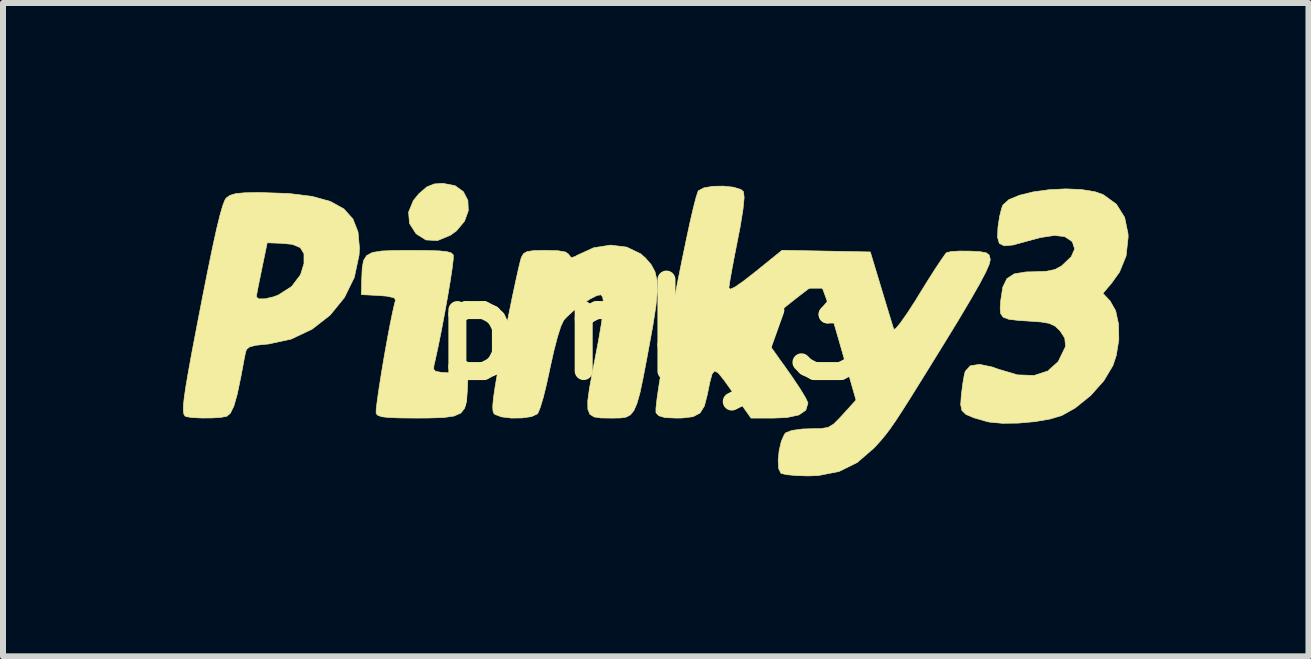
<source format=kicad_pcb>
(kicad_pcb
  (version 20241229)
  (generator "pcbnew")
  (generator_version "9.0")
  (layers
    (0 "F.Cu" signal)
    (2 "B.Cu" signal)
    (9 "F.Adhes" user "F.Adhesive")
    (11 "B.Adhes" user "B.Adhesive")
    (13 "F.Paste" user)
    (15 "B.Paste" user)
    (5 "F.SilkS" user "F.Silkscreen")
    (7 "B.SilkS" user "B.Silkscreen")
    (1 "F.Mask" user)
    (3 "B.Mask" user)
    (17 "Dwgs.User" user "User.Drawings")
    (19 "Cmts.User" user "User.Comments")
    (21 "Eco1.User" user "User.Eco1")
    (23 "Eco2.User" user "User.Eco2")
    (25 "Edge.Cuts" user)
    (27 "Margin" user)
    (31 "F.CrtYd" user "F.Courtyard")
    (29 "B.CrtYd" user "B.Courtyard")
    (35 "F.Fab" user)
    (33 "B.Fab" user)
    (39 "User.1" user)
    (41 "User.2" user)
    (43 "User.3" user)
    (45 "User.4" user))
  (footprint "pinky3"
    (layer "F.Cu")
    (at 7.873 2.443)
    (property "Reference" "pinky3" (at 0 0 0) (layer "F.SilkS") (effects (font (size 1.524 1.524) (thickness 0.3))))
    (attr through_hole)
    (fp_poly (pts (xy -3.342 -2.4) (xy -3.202 -2.299) (xy -3.127 -2.154) (xy -3.12 -1.983) (xy -3.183 -1.807) (xy -3.319 -1.645) (xy -3.419 -1.573) (xy -3.633 -1.485) (xy -3.826 -1.495) (xy -3.99 -1.598) (xy -4.1 -1.77) (xy -4.115 -1.959) (xy -4.035 -2.153) (xy -3.942 -2.266) (xy -3.812 -2.378) (xy -3.689 -2.428) (xy -3.544 -2.438) (xy -3.342 -2.4)) (stroke (width 0.01) (type solid)) (fill yes) (layer "F.SilkS"))
    (fp_poly (pts (xy -3.803 -1.319) (xy -3.606 -1.313) (xy -3.479 -1.3) (xy -3.407 -1.28) (xy -3.373 -1.249) (xy -3.37 -1.241) (xy -3.371 -1.172) (xy -3.389 -1.022) (xy -3.421 -0.81) (xy -3.464 -0.554) (xy -3.514 -0.274) (xy -3.568 0.012) (xy -3.623 0.285) (xy -3.676 0.527) (xy -3.692 0.594) (xy -3.698 0.657) (xy -3.667 0.693) (xy -3.575 0.711) (xy -3.421 0.721) (xy -3.124 0.737) (xy -3.136 1.011) (xy -3.149 1.184) (xy -3.18 1.307) (xy -3.244 1.389) (xy -3.357 1.439) (xy -3.532 1.464) (xy -3.786 1.472) (xy -3.972 1.473) (xy -4.248 1.471) (xy -4.439 1.464) (xy -4.56 1.451) (xy -4.627 1.428) (xy -4.656 1.396) (xy -4.656 1.395) (xy -4.655 1.328) (xy -4.637 1.181) (xy -4.607 0.974) (xy -4.568 0.726) (xy -4.523 0.457) (xy -4.475 0.188) (xy -4.428 -0.063) (xy -4.385 -0.275) (xy -4.35 -0.429) (xy -4.332 -0.493) (xy -4.358 -0.532) (xy -4.476 -0.558) (xy -4.606 -0.569) (xy -4.902 -0.584) (xy -4.896 -0.842) (xy -4.888 -1.022) (xy -4.866 -1.151) (xy -4.814 -1.235) (xy -4.717 -1.286) (xy -4.561 -1.311) (xy -4.329 -1.32) (xy -4.086 -1.321) (xy -3.803 -1.319)) (stroke (width 0.01) (type solid)) (fill yes) (layer "F.SilkS"))
    (fp_poly (pts (xy -6.591 -2.285) (xy -6.111 -2.269) (xy -5.722 -2.221) (xy -5.419 -2.137) (xy -5.194 -2.013) (xy -5.043 -1.845) (xy -4.958 -1.629) (xy -4.934 -1.362) (xy -4.94 -1.243) (xy -5.019 -0.872) (xy -5.184 -0.535) (xy -5.423 -0.242) (xy -5.723 -0.008) (xy -6.072 0.157) (xy -6.456 0.24) (xy -6.478 0.241) (xy -6.66 0.26) (xy -6.764 0.287) (xy -6.815 0.329) (xy -6.831 0.375) (xy -6.853 0.483) (xy -6.884 0.649) (xy -6.91 0.787) (xy -6.97 1.075) (xy -7.026 1.273) (xy -7.085 1.393) (xy -7.144 1.443) (xy -7.241 1.461) (xy -7.391 1.471) (xy -7.561 1.472) (xy -7.715 1.465) (xy -7.819 1.449) (xy -7.84 1.439) (xy -7.859 1.408) (xy -7.868 1.352) (xy -7.867 1.263) (xy -7.853 1.13) (xy -7.826 0.946) (xy -7.784 0.699) (xy -7.726 0.381) (xy -7.65 -0.018) (xy -7.561 -0.48) (xy -7.548 -0.546) (xy -6.652 -0.546) (xy -6.613 -0.513) (xy -6.508 -0.514) (xy -6.366 -0.547) (xy -6.285 -0.578) (xy -6.064 -0.719) (xy -5.915 -0.916) (xy -5.858 -1.102) (xy -5.858 -1.265) (xy -5.919 -1.367) (xy -6.054 -1.422) (xy -6.23 -1.439) (xy -6.471 -1.448) (xy -6.56 -1.016) (xy -6.601 -0.817) (xy -6.633 -0.657) (xy -6.65 -0.561) (xy -6.652 -0.546) (xy -7.548 -0.546) (xy -7.464 -0.97) (xy -7.382 -1.367) (xy -7.314 -1.678) (xy -7.257 -1.91) (xy -7.211 -2.07) (xy -7.173 -2.165) (xy -7.153 -2.194) (xy -7.09 -2.239) (xy -6.995 -2.267) (xy -6.847 -2.281) (xy -6.622 -2.285) (xy -6.591 -2.285)) (stroke (width 0.01) (type solid)) (fill yes) (layer "F.SilkS"))
    (fp_poly (pts (xy -0.482 -1.376) (xy -0.251 -1.266) (xy -0.172 -1.198) (xy -0.075 -1.087) (xy -0.01 -0.967) (xy 0.024 -0.824) (xy 0.029 -0.639) (xy 0.006 -0.397) (xy -0.043 -0.08) (xy -0.074 0.092) (xy -0.149 0.499) (xy -0.21 0.817) (xy -0.261 1.057) (xy -0.31 1.23) (xy -0.361 1.347) (xy -0.419 1.419) (xy -0.49 1.457) (xy -0.58 1.471) (xy -0.693 1.473) (xy -0.759 1.473) (xy -0.913 1.471) (xy -1.024 1.454) (xy -1.094 1.41) (xy -1.128 1.326) (xy -1.13 1.188) (xy -1.102 0.983) (xy -1.05 0.697) (xy -1.019 0.539) (xy -0.948 0.168) (xy -0.9 -0.114) (xy -0.874 -0.32) (xy -0.868 -0.459) (xy -0.881 -0.543) (xy -0.909 -0.581) (xy -0.976 -0.57) (xy -1.093 -0.51) (xy -1.235 -0.416) (xy -1.376 -0.308) (xy -1.491 -0.202) (xy -1.533 -0.152) (xy -1.579 -0.053) (xy -1.635 0.124) (xy -1.696 0.359) (xy -1.756 0.628) (xy -1.761 0.652) (xy -1.816 0.907) (xy -1.871 1.13) (xy -1.922 1.299) (xy -1.961 1.393) (xy -1.968 1.402) (xy -2.066 1.448) (xy -2.224 1.471) (xy -2.403 1.473) (xy -2.566 1.453) (xy -2.677 1.412) (xy -2.692 1.398) (xy -2.709 1.355) (xy -2.713 1.276) (xy -2.702 1.149) (xy -2.675 0.962) (xy -2.631 0.705) (xy -2.568 0.367) (xy -2.519 0.115) (xy -2.451 -0.228) (xy -2.387 -0.543) (xy -2.329 -0.814) (xy -2.282 -1.026) (xy -2.248 -1.164) (xy -2.235 -1.206) (xy -2.2 -1.267) (xy -2.14 -1.301) (xy -2.032 -1.317) (xy -1.85 -1.321) (xy -1.828 -1.321) (xy -1.623 -1.315) (xy -1.501 -1.294) (xy -1.446 -1.255) (xy -1.442 -1.247) (xy -1.407 -1.199) (xy -1.341 -1.219) (xy -1.303 -1.241) (xy -1.031 -1.365) (xy -0.75 -1.409) (xy -0.482 -1.376)) (stroke (width 0.01) (type solid)) (fill yes) (layer "F.SilkS"))
    (fp_poly (pts (xy 7.095 -2.335) (xy 7.323 -2.298) (xy 7.459 -2.25) (xy 7.678 -2.091) (xy 7.816 -1.871) (xy 7.873 -1.593) (xy 7.874 -1.54) (xy 7.84 -1.228) (xy 7.731 -0.961) (xy 7.596 -0.772) (xy 7.454 -0.605) (xy 7.574 -0.478) (xy 7.666 -0.316) (xy 7.714 -0.092) (xy 7.719 0.166) (xy 7.677 0.428) (xy 7.62 0.599) (xy 7.469 0.851) (xy 7.25 1.097) (xy 6.992 1.305) (xy 6.77 1.43) (xy 6.576 1.488) (xy 6.322 1.532) (xy 6.044 1.557) (xy 5.778 1.56) (xy 5.562 1.54) (xy 5.512 1.528) (xy 5.301 1.467) (xy 5.171 1.412) (xy 5.104 1.346) (xy 5.084 1.249) (xy 5.094 1.102) (xy 5.097 1.074) (xy 5.119 0.898) (xy 5.144 0.754) (xy 5.16 0.694) (xy 5.245 0.602) (xy 5.398 0.578) (xy 5.61 0.622) (xy 5.709 0.658) (xy 6.03 0.753) (xy 6.307 0.763) (xy 6.535 0.689) (xy 6.709 0.532) (xy 6.824 0.295) (xy 6.831 0.272) (xy 6.818 0.14) (xy 6.741 0.021) (xy 6.658 -0.059) (xy 6.561 -0.105) (xy 6.416 -0.129) (xy 6.294 -0.138) (xy 6.048 -0.154) (xy 5.886 -0.173) (xy 5.792 -0.208) (xy 5.75 -0.267) (xy 5.742 -0.362) (xy 5.751 -0.484) (xy 5.785 -0.707) (xy 5.854 -0.85) (xy 5.977 -0.93) (xy 6.171 -0.962) (xy 6.3 -0.965) (xy 6.51 -0.973) (xy 6.653 -1.002) (xy 6.76 -1.059) (xy 6.775 -1.071) (xy 6.927 -1.217) (xy 6.983 -1.345) (xy 6.946 -1.459) (xy 6.93 -1.477) (xy 6.816 -1.551) (xy 6.646 -1.57) (xy 6.411 -1.535) (xy 6.183 -1.473) (xy 5.957 -1.411) (xy 5.81 -1.397) (xy 5.728 -1.437) (xy 5.698 -1.539) (xy 5.705 -1.705) (xy 5.731 -1.88) (xy 5.767 -2.026) (xy 5.788 -2.077) (xy 5.886 -2.166) (xy 6.062 -2.239) (xy 6.294 -2.296) (xy 6.558 -2.332) (xy 6.833 -2.346) (xy 7.095 -2.335)) (stroke (width 0.01) (type solid)) (fill yes) (layer "F.SilkS"))
    (fp_poly (pts (xy 1.298 -2.374) (xy 1.422 -2.336) (xy 1.465 -2.299) (xy 1.476 -2.201) (xy 1.457 -2.006) (xy 1.41 -1.715) (xy 1.368 -1.499) (xy 1.316 -1.236) (xy 1.272 -1.004) (xy 1.24 -0.823) (xy 1.224 -0.714) (xy 1.222 -0.697) (xy 1.245 -0.675) (xy 1.323 -0.71) (xy 1.461 -0.806) (xy 1.664 -0.964) (xy 2.108 -1.323) (xy 2.843 -1.309) (xy 3.578 -1.295) (xy 3.762 -0.686) (xy 3.834 -0.447) (xy 3.897 -0.24) (xy 3.944 -0.086) (xy 3.969 -0.006) (xy 3.969 -0.004) (xy 4.003 -0.019) (xy 4.078 -0.11) (xy 4.188 -0.265) (xy 4.323 -0.473) (xy 4.394 -0.589) (xy 4.537 -0.82) (xy 4.665 -1.021) (xy 4.768 -1.175) (xy 4.833 -1.267) (xy 4.848 -1.283) (xy 4.924 -1.301) (xy 5.069 -1.31) (xy 5.232 -1.309) (xy 5.411 -1.299) (xy 5.511 -1.28) (xy 5.558 -1.244) (xy 5.575 -1.18) (xy 5.577 -1.168) (xy 5.561 -1.093) (xy 5.501 -0.957) (xy 5.395 -0.756) (xy 5.239 -0.484) (xy 5.032 -0.136) (xy 4.839 0.179) (xy 4.592 0.58) (xy 4.39 0.905) (xy 4.228 1.165) (xy 4.099 1.368) (xy 3.995 1.526) (xy 3.91 1.649) (xy 3.836 1.747) (xy 3.767 1.831) (xy 3.697 1.91) (xy 3.637 1.974) (xy 3.361 2.213) (xy 3.058 2.363) (xy 2.709 2.431) (xy 2.54 2.437) (xy 2.346 2.431) (xy 2.186 2.416) (xy 2.094 2.395) (xy 2.089 2.392) (xy 2.052 2.317) (xy 2.043 2.179) (xy 2.059 2.015) (xy 2.096 1.858) (xy 2.148 1.743) (xy 2.17 1.718) (xy 2.272 1.679) (xy 2.447 1.655) (xy 2.579 1.651) (xy 2.759 1.648) (xy 2.875 1.628) (xy 2.967 1.573) (xy 3.073 1.467) (xy 3.123 1.412) (xy 3.34 1.173) (xy 3.056 0.179) (xy 2.948 -0.191) (xy 2.862 -0.468) (xy 2.794 -0.657) (xy 2.744 -0.763) (xy 2.709 -0.791) (xy 2.709 -0.791) (xy 2.643 -0.75) (xy 2.524 -0.663) (xy 2.369 -0.544) (xy 2.198 -0.409) (xy 2.03 -0.272) (xy 1.883 -0.149) (xy 1.776 -0.056) (xy 1.728 -0.006) (xy 1.727 -0.003) (xy 1.756 0.046) (xy 1.833 0.162) (xy 1.949 0.327) (xy 2.091 0.527) (xy 2.133 0.584) (xy 2.282 0.796) (xy 2.407 0.983) (xy 2.495 1.128) (xy 2.537 1.214) (xy 2.539 1.224) (xy 2.503 1.342) (xy 2.388 1.421) (xy 2.187 1.464) (xy 1.972 1.473) (xy 1.591 1.473) (xy 1.282 1.038) (xy 1.14 0.839) (xy 1.045 0.721) (xy 0.983 0.688) (xy 0.941 0.74) (xy 0.904 0.878) (xy 0.863 1.08) (xy 0.814 1.271) (xy 0.742 1.388) (xy 0.625 1.45) (xy 0.441 1.472) (xy 0.335 1.473) (xy 0.157 1.465) (xy 0.055 1.434) (xy 0.007 1.384) (xy 0.006 1.315) (xy 0.023 1.16) (xy 0.056 0.934) (xy 0.102 0.65) (xy 0.159 0.322) (xy 0.223 -0.035) (xy 0.294 -0.409) (xy 0.366 -0.785) (xy 0.439 -1.149) (xy 0.509 -1.487) (xy 0.573 -1.785) (xy 0.63 -2.031) (xy 0.676 -2.208) (xy 0.708 -2.305) (xy 0.714 -2.315) (xy 0.805 -2.363) (xy 0.955 -2.389) (xy 1.131 -2.392) (xy 1.298 -2.374)) (stroke (width 0.01) (type solid)) (fill yes) (layer "F.SilkS")))
  (gr_rect
    (start -3 -3)
    (end 18.752 7.886)
    (stroke (width 0.1) (type default))
    (fill no)
    (layer "Edge.Cuts")))
</source>
